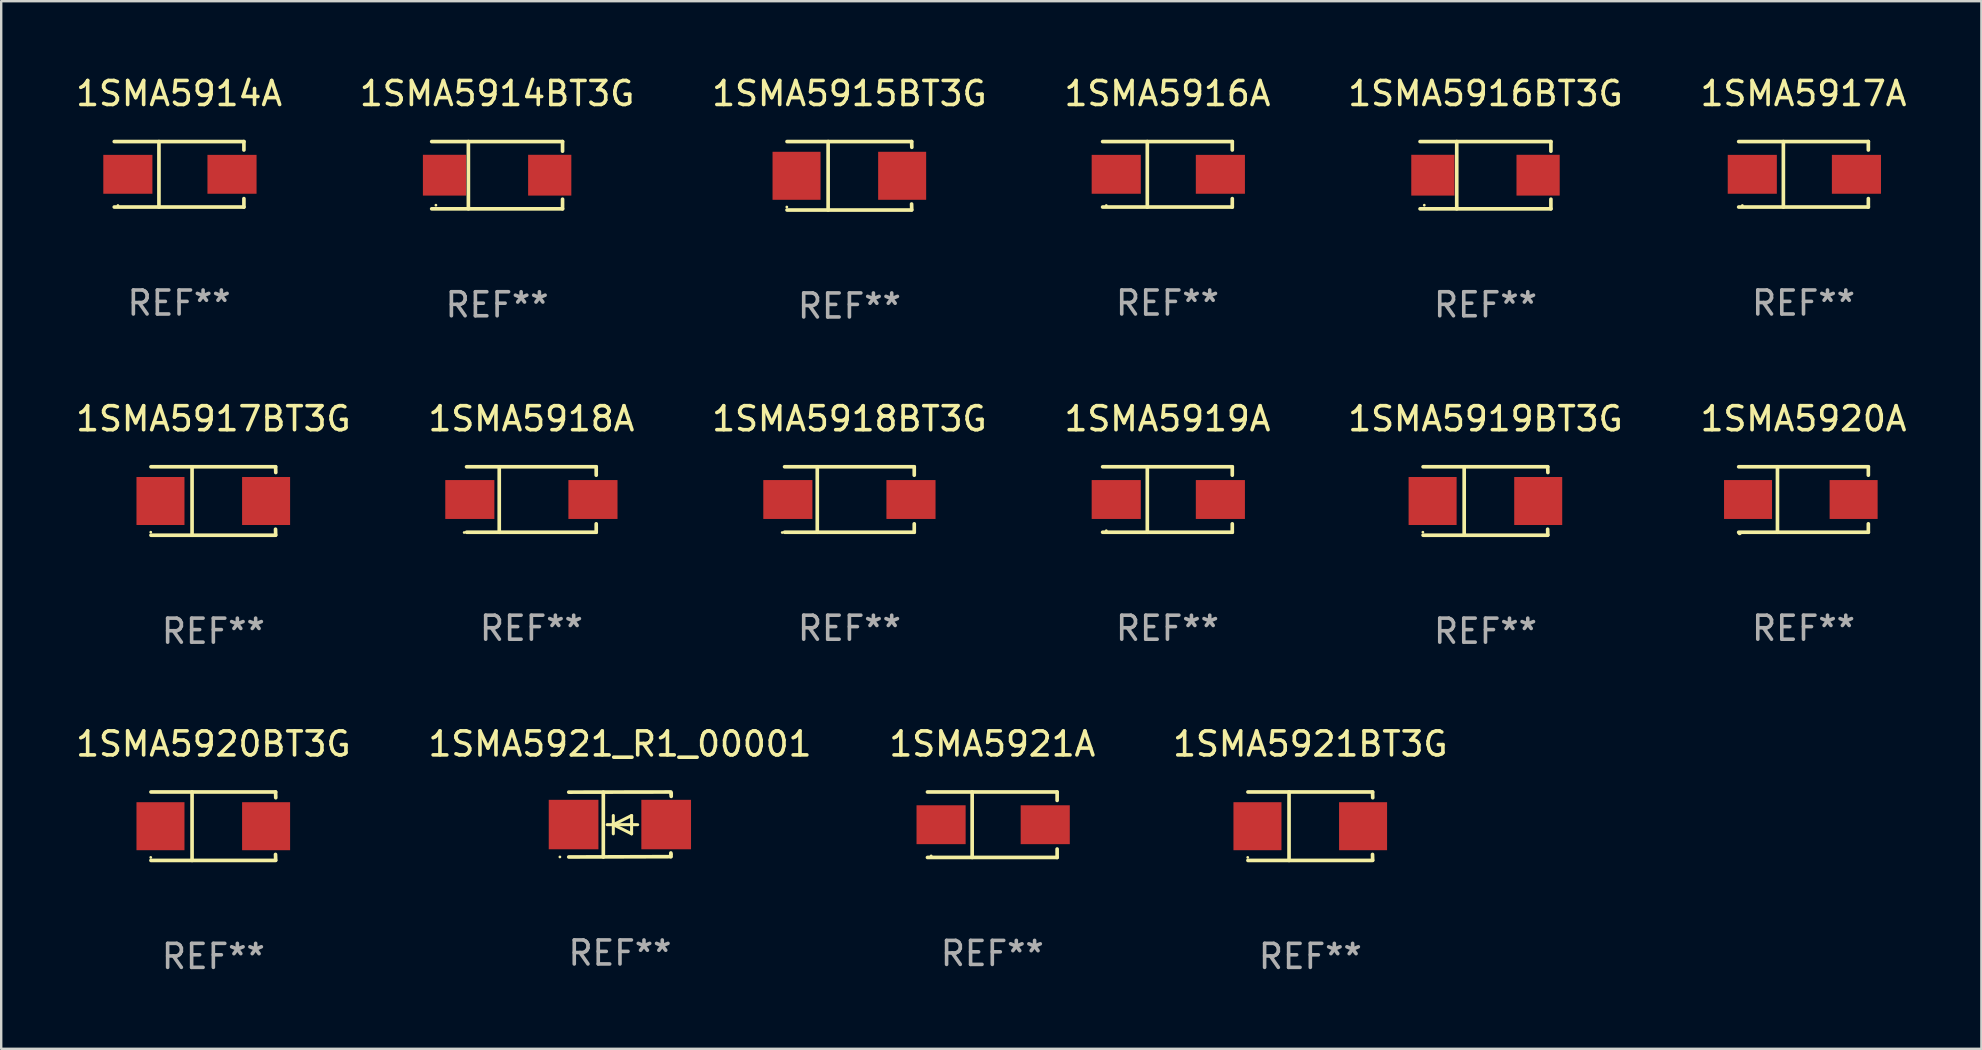
<source format=kicad_pcb>
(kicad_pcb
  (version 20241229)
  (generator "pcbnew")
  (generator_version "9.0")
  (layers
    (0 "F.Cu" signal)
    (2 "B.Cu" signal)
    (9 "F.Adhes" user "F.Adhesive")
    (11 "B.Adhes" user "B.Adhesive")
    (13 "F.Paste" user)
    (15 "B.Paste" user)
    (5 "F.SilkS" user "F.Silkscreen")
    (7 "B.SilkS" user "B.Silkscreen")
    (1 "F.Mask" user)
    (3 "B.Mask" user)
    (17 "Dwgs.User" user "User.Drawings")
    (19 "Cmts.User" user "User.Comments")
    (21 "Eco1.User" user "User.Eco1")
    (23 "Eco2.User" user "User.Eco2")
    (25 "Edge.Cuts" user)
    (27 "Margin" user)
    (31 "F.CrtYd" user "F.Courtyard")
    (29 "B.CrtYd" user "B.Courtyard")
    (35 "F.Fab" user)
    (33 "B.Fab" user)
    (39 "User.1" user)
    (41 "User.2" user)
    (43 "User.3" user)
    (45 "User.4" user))
  (footprint "1SMA5916BT3G"
    (layer "F.Cu")
    (at 58.839 4.249)
    (property "Reference" "1SMA5916BT3G" (at 0 -3.401 0) (layer "F.SilkS") (effects (font (size 1 1) (thickness 0.15))))
    (attr through_hole)
    (fp_line (start -2.726 -1.401) (end 2.726 -1.401) (stroke (width 0.152) (type solid)) (layer "F.SilkS"))
    (fp_line (start -2.726 1.401) (end 2.726 1.401) (stroke (width 0.152) (type solid)) (layer "F.SilkS"))
    (fp_line (start -1.197 -1.401) (end -1.197 1.401) (stroke (width 0.152) (type solid)) (layer "F.SilkS"))
    (fp_line (start 2.726 -1.401) (end 2.726 -1) (stroke (width 0.152) (type solid)) (layer "F.SilkS"))
    (fp_line (start 2.726 1.401) (end 2.726 1) (stroke (width 0.152) (type solid)) (layer "F.SilkS"))
    (fp_circle (center -2.55 1.25) (end -2.52 1.25) (stroke (width 0.06) (type solid)) (fill no) (layer "F.SilkS"))
    (fp_text user "REF**" (at 0 5.401 0) (layer "F.Fab") (effects (font (size 1 1) (thickness 0.15))))
    (pad "1" smd rect (at -2.192 0) (size 1.8 1.7) (layers "F.Cu" "F.Mask" "F.Paste"))
    (pad "2" smd rect (at 2.192 0) (size 1.8 1.7) (layers "F.Cu" "F.Mask" "F.Paste")))
  (footprint "1SMA5915BT3G"
    (layer "F.Cu")
    (at 32.339 4.274)
    (property "Reference" "1SMA5915BT3G" (at 0 -3.426 0) (layer "F.SilkS") (effects (font (size 1 1) (thickness 0.15))))
    (attr through_hole)
    (fp_line (start -2.6 -1.426) (end 2.593 -1.426) (stroke (width 0.152) (type solid)) (layer "F.SilkS"))
    (fp_line (start -2.6 1.426) (end 2.593 1.426) (stroke (width 0.152) (type solid)) (layer "F.SilkS"))
    (fp_line (start -0.887 -1.426) (end -0.887 1.426) (stroke (width 0.152) (type solid)) (layer "F.SilkS"))
    (fp_line (start 2.59 1.176) (end 2.597 1.415) (stroke (width 0.152) (type solid)) (layer "F.SilkS"))
    (fp_line (start 2.593 -1.426) (end 2.6 -1.187) (stroke (width 0.152) (type solid)) (layer "F.SilkS"))
    (fp_circle (center -2.608 1.3) (end -2.578 1.3) (stroke (width 0.06) (type solid)) (fill no) (layer "F.SilkS"))
    (fp_text user "REF**" (at 0 5.426 0) (layer "F.Fab") (effects (font (size 1 1) (thickness 0.15))))
    (pad "1" smd rect (at -2.203 0 180) (size 2 2) (layers "F.Cu" "F.Mask" "F.Paste"))
    (pad "2" smd rect (at 2.197 0 180) (size 2 2) (layers "F.Cu" "F.Mask" "F.Paste")))
  (footprint "1SMA5918BT3G"
    (layer "F.Cu")
    (at 32.339 17.761)
    (property "Reference" "1SMA5918BT3G" (at 0 -3.364 0) (layer "F.SilkS") (effects (font (size 1 1) (thickness 0.15))))
    (attr through_hole)
    (fp_line (start -2.701 -1.364) (end 2.701 -1.364) (stroke (width 0.152) (type solid)) (layer "F.SilkS"))
    (fp_line (start -2.701 1.364) (end 2.701 1.364) (stroke (width 0.152) (type solid)) (layer "F.SilkS"))
    (fp_line (start -1.339 -1.364) (end -1.339 1.364) (stroke (width 0.152) (type solid)) (layer "F.SilkS"))
    (fp_line (start 2.701 -1.364) (end 2.701 -1.013) (stroke (width 0.152) (type solid)) (layer "F.SilkS"))
    (fp_line (start 2.701 1.364) (end 2.701 1.013) (stroke (width 0.152) (type solid)) (layer "F.SilkS"))
    (fp_circle (center -2.8 1.375) (end -2.77 1.375) (stroke (width 0.06) (type solid)) (fill no) (layer "F.SilkS"))
    (fp_text user "REF**" (at 0 5.364 0) (layer "F.Fab") (effects (font (size 1 1) (thickness 0.15))))
    (pad "1" smd rect (at -2.565 -0.000025) (size 2.046 1.62) (layers "F.Cu" "F.Mask" "F.Paste"))
    (pad "2" smd rect (at 2.565 -0.000025) (size 2.046 1.62) (layers "F.Cu" "F.Mask" "F.Paste")))
  (footprint "1SMA5914BT3G"
    (layer "F.Cu")
    (at 17.661 4.249)
    (property "Reference" "1SMA5914BT3G" (at 0 -3.401 0) (layer "F.SilkS") (effects (font (size 1 1) (thickness 0.15))))
    (attr through_hole)
    (fp_line (start -2.726 -1.401) (end 2.726 -1.401) (stroke (width 0.152) (type solid)) (layer "F.SilkS"))
    (fp_line (start -2.726 1.401) (end 2.726 1.401) (stroke (width 0.152) (type solid)) (layer "F.SilkS"))
    (fp_line (start -1.197 -1.401) (end -1.197 1.401) (stroke (width 0.152) (type solid)) (layer "F.SilkS"))
    (fp_line (start 2.726 -1.401) (end 2.726 -1) (stroke (width 0.152) (type solid)) (layer "F.SilkS"))
    (fp_line (start 2.726 1.401) (end 2.726 1) (stroke (width 0.152) (type solid)) (layer "F.SilkS"))
    (fp_circle (center -2.55 1.25) (end -2.52 1.25) (stroke (width 0.06) (type solid)) (fill no) (layer "F.SilkS"))
    (fp_text user "REF**" (at 0 5.401 0) (layer "F.Fab") (effects (font (size 1 1) (thickness 0.15))))
    (pad "1" smd rect (at -2.192 0) (size 1.8 1.7) (layers "F.Cu" "F.Mask" "F.Paste"))
    (pad "2" smd rect (at 2.192 0) (size 1.8 1.7) (layers "F.Cu" "F.Mask" "F.Paste")))
  (footprint "1SMA5919BT3G"
    (layer "F.Cu")
    (at 58.839 17.823)
    (property "Reference" "1SMA5919BT3G" (at 0 -3.426 0) (layer "F.SilkS") (effects (font (size 1 1) (thickness 0.15))))
    (attr through_hole)
    (fp_line (start -2.6 -1.426) (end 2.593 -1.426) (stroke (width 0.152) (type solid)) (layer "F.SilkS"))
    (fp_line (start -2.6 1.426) (end 2.593 1.426) (stroke (width 0.152) (type solid)) (layer "F.SilkS"))
    (fp_line (start -0.887 -1.426) (end -0.887 1.426) (stroke (width 0.152) (type solid)) (layer "F.SilkS"))
    (fp_line (start 2.59 1.176) (end 2.597 1.415) (stroke (width 0.152) (type solid)) (layer "F.SilkS"))
    (fp_line (start 2.593 -1.426) (end 2.6 -1.187) (stroke (width 0.152) (type solid)) (layer "F.SilkS"))
    (fp_circle (center -2.608 1.3) (end -2.578 1.3) (stroke (width 0.06) (type solid)) (fill no) (layer "F.SilkS"))
    (fp_text user "REF**" (at 0 5.426 0) (layer "F.Fab") (effects (font (size 1 1) (thickness 0.15))))
    (pad "1" smd rect (at -2.203 0 180) (size 2 2) (layers "F.Cu" "F.Mask" "F.Paste"))
    (pad "2" smd rect (at 2.197 0 180) (size 2 2) (layers "F.Cu" "F.Mask" "F.Paste")))
  (footprint "1SMA5918A"
    (layer "F.Cu")
    (at 19.089 17.761)
    (property "Reference" "1SMA5918A" (at 0 -3.364 0) (layer "F.SilkS") (effects (font (size 1 1) (thickness 0.15))))
    (attr through_hole)
    (fp_line (start -2.701 -1.364) (end 2.701 -1.364) (stroke (width 0.152) (type solid)) (layer "F.SilkS"))
    (fp_line (start -2.701 1.364) (end 2.701 1.364) (stroke (width 0.152) (type solid)) (layer "F.SilkS"))
    (fp_line (start -1.339 -1.364) (end -1.339 1.364) (stroke (width 0.152) (type solid)) (layer "F.SilkS"))
    (fp_line (start 2.701 -1.364) (end 2.701 -1.013) (stroke (width 0.152) (type solid)) (layer "F.SilkS"))
    (fp_line (start 2.701 1.364) (end 2.701 1.013) (stroke (width 0.152) (type solid)) (layer "F.SilkS"))
    (fp_circle (center -2.8 1.375) (end -2.77 1.375) (stroke (width 0.06) (type solid)) (fill no) (layer "F.SilkS"))
    (fp_text user "REF**" (at 0 5.364 0) (layer "F.Fab") (effects (font (size 1 1) (thickness 0.15))))
    (pad "1" smd rect (at -2.565 -0.000025) (size 2.046 1.62) (layers "F.Cu" "F.Mask" "F.Paste"))
    (pad "2" smd rect (at 2.565 -0.000025) (size 2.046 1.62) (layers "F.Cu" "F.Mask" "F.Paste")))
  (footprint "1SMA5916A"
    (layer "F.Cu")
    (at 45.589 4.212)
    (property "Reference" "1SMA5916A" (at 0 -3.364 0) (layer "F.SilkS") (effects (font (size 1 1) (thickness 0.15))))
    (attr through_hole)
    (fp_line (start -2.701 -1.364) (end 2.701 -1.364) (stroke (width 0.152) (type solid)) (layer "F.SilkS"))
    (fp_line (start -2.701 1.364) (end 2.701 1.364) (stroke (width 0.152) (type solid)) (layer "F.SilkS"))
    (fp_line (start -0.839 -1.364) (end -0.839 1.364) (stroke (width 0.152) (type solid)) (layer "F.SilkS"))
    (fp_line (start 2.701 -1.364) (end 2.701 -1.013) (stroke (width 0.152) (type solid)) (layer "F.SilkS"))
    (fp_line (start 2.701 1.364) (end 2.701 1.013) (stroke (width 0.152) (type solid)) (layer "F.SilkS"))
    (fp_circle (center -2.548 1.3) (end -2.518 1.3) (stroke (width 0.06) (type solid)) (fill no) (layer "F.SilkS"))
    (fp_text user "REF**" (at 0 5.364 0) (layer "F.Fab") (effects (font (size 1 1) (thickness 0.15))))
    (pad "1" smd rect (at -2.134 0.000025) (size 2.046 1.62) (layers "F.Cu" "F.Mask" "F.Paste"))
    (pad "2" smd rect (at 2.205 0.000025) (size 2.046 1.62) (layers "F.Cu" "F.Mask" "F.Paste")))
  (footprint "1SMA5920A"
    (layer "F.Cu")
    (at 72.089 17.761)
    (property "Reference" "1SMA5920A" (at 0 -3.364 0) (layer "F.SilkS") (effects (font (size 1 1) (thickness 0.15))))
    (attr through_hole)
    (fp_line (start -2.701 -1.364) (end 2.701 -1.364) (stroke (width 0.152) (type solid)) (layer "F.SilkS"))
    (fp_line (start -2.701 1.364) (end 2.701 1.364) (stroke (width 0.152) (type solid)) (layer "F.SilkS"))
    (fp_line (start -1.085 -1.364) (end -1.085 1.364) (stroke (width 0.152) (type solid)) (layer "F.SilkS"))
    (fp_line (start 2.701 -1.364) (end 2.701 -1.013) (stroke (width 0.152) (type solid)) (layer "F.SilkS"))
    (fp_line (start 2.701 1.364) (end 2.701 1.013) (stroke (width 0.152) (type solid)) (layer "F.SilkS"))
    (fp_circle (center -2.661 1.4) (end -2.632 1.4) (stroke (width 0.06) (type solid)) (fill no) (layer "F.SilkS"))
    (fp_text user "REF**" (at 0 5.364 0) (layer "F.Fab") (effects (font (size 1 1) (thickness 0.15))))
    (pad "1" smd rect (at -2.311 -0.000051) (size 2 1.62) (layers "F.Cu" "F.Mask" "F.Paste"))
    (pad "2" smd rect (at 2.088 -0.000051) (size 2 1.62) (layers "F.Cu" "F.Mask" "F.Paste")))
  (footprint "1SMA5914A"
    (layer "F.Cu")
    (at 4.411 4.212)
    (property "Reference" "1SMA5914A" (at 0 -3.364 0) (layer "F.SilkS") (effects (font (size 1 1) (thickness 0.15))))
    (attr through_hole)
    (fp_line (start -2.701 -1.364) (end 2.701 -1.364) (stroke (width 0.152) (type solid)) (layer "F.SilkS"))
    (fp_line (start -2.701 1.364) (end 2.701 1.364) (stroke (width 0.152) (type solid)) (layer "F.SilkS"))
    (fp_line (start -0.839 -1.364) (end -0.839 1.364) (stroke (width 0.152) (type solid)) (layer "F.SilkS"))
    (fp_line (start 2.701 -1.364) (end 2.701 -1.013) (stroke (width 0.152) (type solid)) (layer "F.SilkS"))
    (fp_line (start 2.701 1.364) (end 2.701 1.013) (stroke (width 0.152) (type solid)) (layer "F.SilkS"))
    (fp_circle (center -2.548 1.3) (end -2.518 1.3) (stroke (width 0.06) (type solid)) (fill no) (layer "F.SilkS"))
    (fp_text user "REF**" (at 0 5.364 0) (layer "F.Fab") (effects (font (size 1 1) (thickness 0.15))))
    (pad "1" smd rect (at -2.134 0.000025) (size 2.046 1.62) (layers "F.Cu" "F.Mask" "F.Paste"))
    (pad "2" smd rect (at 2.205 0.000025) (size 2.046 1.62) (layers "F.Cu" "F.Mask" "F.Paste")))
  (footprint "1SMA5921BT3G"
    (layer "F.Cu")
    (at 51.542 31.372)
    (property "Reference" "1SMA5921BT3G" (at 0 -3.426 0) (layer "F.SilkS") (effects (font (size 1 1) (thickness 0.15))))
    (attr through_hole)
    (fp_line (start -2.6 -1.426) (end 2.593 -1.426) (stroke (width 0.152) (type solid)) (layer "F.SilkS"))
    (fp_line (start -2.6 1.426) (end 2.593 1.426) (stroke (width 0.152) (type solid)) (layer "F.SilkS"))
    (fp_line (start -0.887 -1.426) (end -0.887 1.426) (stroke (width 0.152) (type solid)) (layer "F.SilkS"))
    (fp_line (start 2.59 1.176) (end 2.597 1.415) (stroke (width 0.152) (type solid)) (layer "F.SilkS"))
    (fp_line (start 2.593 -1.426) (end 2.6 -1.187) (stroke (width 0.152) (type solid)) (layer "F.SilkS"))
    (fp_circle (center -2.608 1.3) (end -2.578 1.3) (stroke (width 0.06) (type solid)) (fill no) (layer "F.SilkS"))
    (fp_text user "REF**" (at 0 5.426 0) (layer "F.Fab") (effects (font (size 1 1) (thickness 0.15))))
    (pad "1" smd rect (at -2.203 0 180) (size 2 2) (layers "F.Cu" "F.Mask" "F.Paste"))
    (pad "2" smd rect (at 2.197 0 180) (size 2 2) (layers "F.Cu" "F.Mask" "F.Paste")))
  (footprint "1SMA5921A"
    (layer "F.Cu")
    (at 38.292 31.31)
    (property "Reference" "1SMA5921A" (at 0 -3.364 0) (layer "F.SilkS") (effects (font (size 1 1) (thickness 0.15))))
    (attr through_hole)
    (fp_line (start -2.701 -1.364) (end 2.701 -1.364) (stroke (width 0.152) (type solid)) (layer "F.SilkS"))
    (fp_line (start -2.701 1.364) (end 2.701 1.364) (stroke (width 0.152) (type solid)) (layer "F.SilkS"))
    (fp_line (start -0.839 -1.364) (end -0.839 1.364) (stroke (width 0.152) (type solid)) (layer "F.SilkS"))
    (fp_line (start 2.701 -1.364) (end 2.701 -1.013) (stroke (width 0.152) (type solid)) (layer "F.SilkS"))
    (fp_line (start 2.701 1.364) (end 2.701 1.013) (stroke (width 0.152) (type solid)) (layer "F.SilkS"))
    (fp_circle (center -2.548 1.3) (end -2.518 1.3) (stroke (width 0.06) (type solid)) (fill no) (layer "F.SilkS"))
    (fp_text user "REF**" (at 0 5.364 0) (layer "F.Fab") (effects (font (size 1 1) (thickness 0.15))))
    (pad "1" smd rect (at -2.134 0.000025) (size 2.046 1.62) (layers "F.Cu" "F.Mask" "F.Paste"))
    (pad "2" smd rect (at 2.205 0.000025) (size 2.046 1.62) (layers "F.Cu" "F.Mask" "F.Paste")))
  (footprint "1SMA5921_R1_00001"
    (layer "F.Cu")
    (at 22.78 31.301)
    (property "Reference" "1SMA5921_R1_00001" (at 0 -3.355 0) (layer "F.SilkS") (effects (font (size 1 1) (thickness 0.15))))
    (attr through_hole)
    (fp_line (start -2.134 -1.348) (end 2.12 -1.355) (stroke (width 0.152) (type solid)) (layer "F.SilkS"))
    (fp_line (start -2.134 1.353) (end 2.107 1.34) (stroke (width 0.152) (type solid)) (layer "F.SilkS"))
    (fp_line (start -0.694 -1.348) (end -0.694 1.355) (stroke (width 0.152) (type solid)) (layer "F.SilkS"))
    (fp_line (start -0.278 0.007) (end -0.278 -0.374) (stroke (width 0.127) (type solid)) (layer "F.SilkS"))
    (fp_line (start -0.278 0.007) (end -0.278 0.388) (stroke (width 0.127) (type solid)) (layer "F.SilkS"))
    (fp_line (start 0.484 -0.374) (end -0.278 0.007) (stroke (width 0.127) (type solid)) (layer "F.SilkS"))
    (fp_line (start 0.484 0.007) (end 0.484 -0.374) (stroke (width 0.127) (type solid)) (layer "F.SilkS"))
    (fp_line (start 0.484 0.007) (end 0.484 0.388) (stroke (width 0.127) (type solid)) (layer "F.SilkS"))
    (fp_line (start 0.484 0.388) (end -0.278 0.007) (stroke (width 0.127) (type solid)) (layer "F.SilkS"))
    (fp_line (start 0.738 0.007) (end -0.532 0.007) (stroke (width 0.127) (type solid)) (layer "F.SilkS"))
    (fp_line (start 2.12 1.186) (end 2.12 1.237) (stroke (width 0.152) (type solid)) (layer "F.SilkS"))
    (fp_line (start 2.127 1.25) (end 2.127 1.34) (stroke (width 0.152) (type solid)) (layer "F.SilkS"))
    (fp_line (start 2.134 -1.309) (end 2.134 -1.258) (stroke (width 0.152) (type solid)) (layer "F.SilkS"))
    (fp_line (start 2.134 -1.261) (end 2.134 -1.172) (stroke (width 0.152) (type solid)) (layer "F.SilkS"))
    (fp_circle (center -2.503 1.352) (end -2.473 1.352) (stroke (width 0.06) (type solid)) (fill no) (layer "F.SilkS"))
    (fp_text user "REF**" (at 0 5.355 0) (layer "F.Fab") (effects (font (size 1 1) (thickness 0.15))))
    (pad "1" smd rect (at -1.933 0.002 180) (size 2.07 2.06) (layers "F.Cu" "F.Mask" "F.Paste"))
    (pad "2" smd rect (at 1.925 0.002 180) (size 2.07 2.06) (layers "F.Cu" "F.Mask" "F.Paste")))
  (footprint "1SMA5917A"
    (layer "F.Cu")
    (at 72.089 4.212)
    (property "Reference" "1SMA5917A" (at 0 -3.364 0) (layer "F.SilkS") (effects (font (size 1 1) (thickness 0.15))))
    (attr through_hole)
    (fp_line (start -2.701 -1.364) (end 2.701 -1.364) (stroke (width 0.152) (type solid)) (layer "F.SilkS"))
    (fp_line (start -2.701 1.364) (end 2.701 1.364) (stroke (width 0.152) (type solid)) (layer "F.SilkS"))
    (fp_line (start -0.839 -1.364) (end -0.839 1.364) (stroke (width 0.152) (type solid)) (layer "F.SilkS"))
    (fp_line (start 2.701 -1.364) (end 2.701 -1.013) (stroke (width 0.152) (type solid)) (layer "F.SilkS"))
    (fp_line (start 2.701 1.364) (end 2.701 1.013) (stroke (width 0.152) (type solid)) (layer "F.SilkS"))
    (fp_circle (center -2.548 1.3) (end -2.518 1.3) (stroke (width 0.06) (type solid)) (fill no) (layer "F.SilkS"))
    (fp_text user "REF**" (at 0 5.364 0) (layer "F.Fab") (effects (font (size 1 1) (thickness 0.15))))
    (pad "1" smd rect (at -2.134 0.000025) (size 2.046 1.62) (layers "F.Cu" "F.Mask" "F.Paste"))
    (pad "2" smd rect (at 2.205 0.000025) (size 2.046 1.62) (layers "F.Cu" "F.Mask" "F.Paste")))
  (footprint "1SMA5920BT3G"
    (layer "F.Cu")
    (at 5.839 31.372)
    (property "Reference" "1SMA5920BT3G" (at 0 -3.426 0) (layer "F.SilkS") (effects (font (size 1 1) (thickness 0.15))))
    (attr through_hole)
    (fp_line (start -2.6 -1.426) (end 2.593 -1.426) (stroke (width 0.152) (type solid)) (layer "F.SilkS"))
    (fp_line (start -2.6 1.426) (end 2.593 1.426) (stroke (width 0.152) (type solid)) (layer "F.SilkS"))
    (fp_line (start -0.887 -1.426) (end -0.887 1.426) (stroke (width 0.152) (type solid)) (layer "F.SilkS"))
    (fp_line (start 2.59 1.176) (end 2.597 1.415) (stroke (width 0.152) (type solid)) (layer "F.SilkS"))
    (fp_line (start 2.593 -1.426) (end 2.6 -1.187) (stroke (width 0.152) (type solid)) (layer "F.SilkS"))
    (fp_circle (center -2.608 1.3) (end -2.578 1.3) (stroke (width 0.06) (type solid)) (fill no) (layer "F.SilkS"))
    (fp_text user "REF**" (at 0 5.426 0) (layer "F.Fab") (effects (font (size 1 1) (thickness 0.15))))
    (pad "1" smd rect (at -2.203 0 180) (size 2 2) (layers "F.Cu" "F.Mask" "F.Paste"))
    (pad "2" smd rect (at 2.197 0 180) (size 2 2) (layers "F.Cu" "F.Mask" "F.Paste")))
  (footprint "1SMA5919A"
    (layer "F.Cu")
    (at 45.589 17.761)
    (property "Reference" "1SMA5919A" (at 0 -3.364 0) (layer "F.SilkS") (effects (font (size 1 1) (thickness 0.15))))
    (attr through_hole)
    (fp_line (start -2.701 -1.364) (end 2.701 -1.364) (stroke (width 0.152) (type solid)) (layer "F.SilkS"))
    (fp_line (start -2.701 1.364) (end 2.701 1.364) (stroke (width 0.152) (type solid)) (layer "F.SilkS"))
    (fp_line (start -0.839 -1.364) (end -0.839 1.364) (stroke (width 0.152) (type solid)) (layer "F.SilkS"))
    (fp_line (start 2.701 -1.364) (end 2.701 -1.013) (stroke (width 0.152) (type solid)) (layer "F.SilkS"))
    (fp_line (start 2.701 1.364) (end 2.701 1.013) (stroke (width 0.152) (type solid)) (layer "F.SilkS"))
    (fp_circle (center -2.548 1.3) (end -2.518 1.3) (stroke (width 0.06) (type solid)) (fill no) (layer "F.SilkS"))
    (fp_text user "REF**" (at 0 5.364 0) (layer "F.Fab") (effects (font (size 1 1) (thickness 0.15))))
    (pad "1" smd rect (at -2.134 0.000025) (size 2.046 1.62) (layers "F.Cu" "F.Mask" "F.Paste"))
    (pad "2" smd rect (at 2.205 0.000025) (size 2.046 1.62) (layers "F.Cu" "F.Mask" "F.Paste")))
  (footprint "1SMA5917BT3G"
    (layer "F.Cu")
    (at 5.839 17.823)
    (property "Reference" "1SMA5917BT3G" (at 0 -3.426 0) (layer "F.SilkS") (effects (font (size 1 1) (thickness 0.15))))
    (attr through_hole)
    (fp_line (start -2.6 -1.426) (end 2.593 -1.426) (stroke (width 0.152) (type solid)) (layer "F.SilkS"))
    (fp_line (start -2.6 1.426) (end 2.593 1.426) (stroke (width 0.152) (type solid)) (layer "F.SilkS"))
    (fp_line (start -0.887 -1.426) (end -0.887 1.426) (stroke (width 0.152) (type solid)) (layer "F.SilkS"))
    (fp_line (start 2.59 1.176) (end 2.597 1.415) (stroke (width 0.152) (type solid)) (layer "F.SilkS"))
    (fp_line (start 2.593 -1.426) (end 2.6 -1.187) (stroke (width 0.152) (type solid)) (layer "F.SilkS"))
    (fp_circle (center -2.608 1.3) (end -2.578 1.3) (stroke (width 0.06) (type solid)) (fill no) (layer "F.SilkS"))
    (fp_text user "REF**" (at 0 5.426 0) (layer "F.Fab") (effects (font (size 1 1) (thickness 0.15))))
    (pad "1" smd rect (at -2.203 0 180) (size 2 2) (layers "F.Cu" "F.Mask" "F.Paste"))
    (pad "2" smd rect (at 2.197 0 180) (size 2 2) (layers "F.Cu" "F.Mask" "F.Paste")))
  (gr_rect
    (start -3 -3)
    (end 79.5 40.647)
    (stroke (width 0.1) (type default))
    (fill no)
    (layer "Edge.Cuts")))
</source>
